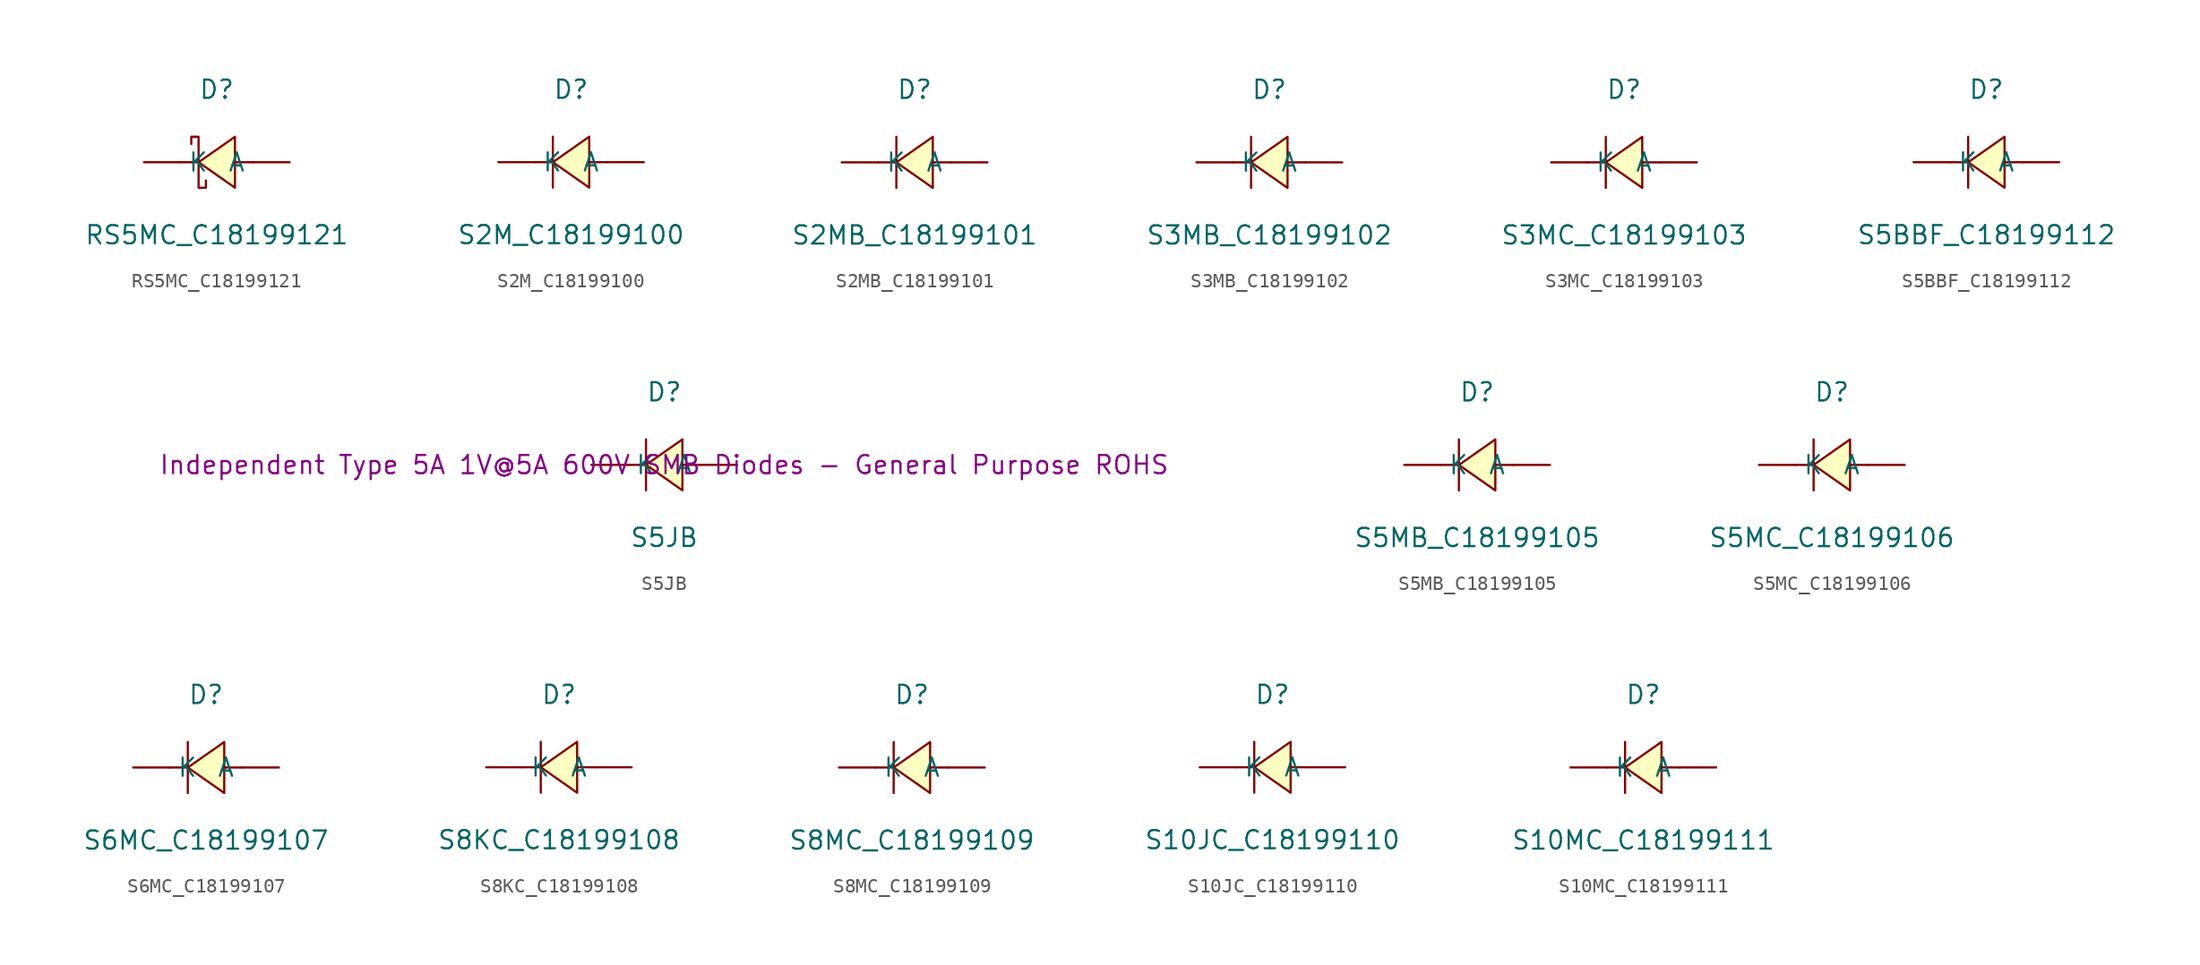
<source format=kicad_sym>
(kicad_symbol_lib
  (version 20241209)
  (generator "kicad_symbol_editor")
  (generator_version "9.0")
  (symbol "RS5MC_C18199121"
    (pin_numbers
      (hide yes))
    (property "Reference" "D"
      (at 0 5.08 0)
      (effects (font (size 1.27 1.27))))
    (property "Value" "RS5MC_C18199121"
      (at 0 -5.08 0)
      (effects (font (size 1.27 1.27))))
    (symbol "RS5MC_C18199121_0_1"
      (polyline (pts (xy -1.78 1.27) (xy -1.78 1.78) (xy -1.27 1.78) (xy -1.27 -1.78) (xy -0.76 -1.78) (xy -0.76 -1.27)) (stroke (width 0) (type default)) (fill (type none)))
      (polyline (pts (xy -1.27 0) (xy -2.54 0)) (stroke (width 0) (type default)) (fill (type none)))
      (polyline (pts (xy 1.27 1.78) (xy -1.27 0) (xy 1.27 -1.78) (xy 1.27 1.78)) (stroke (width 0) (type default)) (fill (type background)))
      (polyline (pts (xy 2.54 0) (xy 1.27 0)) (stroke (width 0) (type default)) (fill (type none)))
      (pin unspecified line (at -5.08 0 0) (length 2.54) (name "K" (effects (font (size 1.27 1.27)))) (number "1" (effects (font (size 1.27 1.27)))))
      (pin unspecified line (at 5.08 0 180) (length 2.54) (name "A" (effects (font (size 1.27 1.27)))) (number "2" (effects (font (size 1.27 1.27)))))))
  (symbol "S2M_C18199100"
    (pin_numbers
      (hide yes))
    (property "Reference" "D"
      (at 0 5.08 0)
      (effects (font (size 1.27 1.27))))
    (property "Value" "S2M_C18199100"
      (at 0 -5.08 0)
      (effects (font (size 1.27 1.27))))
    (symbol "S2M_C18199100_0_1"
      (polyline (pts (xy -1.27 1.78) (xy -1.27 -1.78)) (stroke (width 0) (type default)) (fill (type none)))
      (polyline (pts (xy -1.27 0) (xy -2.54 0)) (stroke (width 0) (type default)) (fill (type none)))
      (polyline (pts (xy 1.27 1.78) (xy -1.27 0) (xy 1.27 -1.78) (xy 1.27 1.78)) (stroke (width 0) (type default)) (fill (type background)))
      (polyline (pts (xy 2.54 0) (xy 1.27 0)) (stroke (width 0) (type default)) (fill (type none)))
      (pin unspecified line (at -5.08 0 0) (length 2.54) (name "K" (effects (font (size 1.27 1.27)))) (number "1" (effects (font (size 1.27 1.27)))))
      (pin unspecified line (at 5.08 0 180) (length 2.54) (name "A" (effects (font (size 1.27 1.27)))) (number "2" (effects (font (size 1.27 1.27)))))))
  (symbol "S2MB_C18199101"
    (pin_numbers
      (hide yes))
    (property "Reference" "D"
      (at 0 5.08 0)
      (effects (font (size 1.27 1.27))))
    (property "Value" "S2MB_C18199101"
      (at 0 -5.08 0)
      (effects (font (size 1.27 1.27))))
    (symbol "S2MB_C18199101_0_1"
      (polyline (pts (xy -1.27 1.78) (xy -1.27 -1.78)) (stroke (width 0) (type default)) (fill (type none)))
      (polyline (pts (xy -1.27 0) (xy -2.54 0)) (stroke (width 0) (type default)) (fill (type none)))
      (polyline (pts (xy 1.27 1.78) (xy -1.27 0) (xy 1.27 -1.78) (xy 1.27 1.78)) (stroke (width 0) (type default)) (fill (type background)))
      (polyline (pts (xy 2.54 0) (xy 1.27 0)) (stroke (width 0) (type default)) (fill (type none)))
      (pin unspecified line (at -5.08 0 0) (length 2.54) (name "K" (effects (font (size 1.27 1.27)))) (number "1" (effects (font (size 1.27 1.27)))))
      (pin unspecified line (at 5.08 0 180) (length 2.54) (name "A" (effects (font (size 1.27 1.27)))) (number "2" (effects (font (size 1.27 1.27)))))))
  (symbol "S3MB_C18199102"
    (pin_numbers
      (hide yes))
    (property "Reference" "D"
      (at 0 5.08 0)
      (effects (font (size 1.27 1.27))))
    (property "Value" "S3MB_C18199102"
      (at 0 -5.08 0)
      (effects (font (size 1.27 1.27))))
    (symbol "S3MB_C18199102_0_1"
      (polyline (pts (xy -1.27 1.78) (xy -1.27 -1.78)) (stroke (width 0) (type default)) (fill (type none)))
      (polyline (pts (xy -1.27 0) (xy -2.54 0)) (stroke (width 0) (type default)) (fill (type none)))
      (polyline (pts (xy 1.27 1.78) (xy -1.27 0) (xy 1.27 -1.78) (xy 1.27 1.78)) (stroke (width 0) (type default)) (fill (type background)))
      (polyline (pts (xy 2.54 0) (xy 1.27 0)) (stroke (width 0) (type default)) (fill (type none)))
      (pin unspecified line (at -5.08 0 0) (length 2.54) (name "K" (effects (font (size 1.27 1.27)))) (number "1" (effects (font (size 1.27 1.27)))))
      (pin unspecified line (at 5.08 0 180) (length 2.54) (name "A" (effects (font (size 1.27 1.27)))) (number "2" (effects (font (size 1.27 1.27)))))))
  (symbol "S3MC_C18199103"
    (pin_numbers
      (hide yes))
    (property "Reference" "D"
      (at 0 5.08 0)
      (effects (font (size 1.27 1.27))))
    (property "Value" "S3MC_C18199103"
      (at 0 -5.08 0)
      (effects (font (size 1.27 1.27))))
    (symbol "S3MC_C18199103_0_1"
      (polyline (pts (xy -1.27 1.78) (xy -1.27 -1.78)) (stroke (width 0) (type default)) (fill (type none)))
      (polyline (pts (xy -1.27 0) (xy -2.54 0)) (stroke (width 0) (type default)) (fill (type none)))
      (polyline (pts (xy 1.27 1.78) (xy -1.27 0) (xy 1.27 -1.78) (xy 1.27 1.78)) (stroke (width 0) (type default)) (fill (type background)))
      (polyline (pts (xy 2.54 0) (xy 1.27 0)) (stroke (width 0) (type default)) (fill (type none)))
      (pin unspecified line (at -5.08 0 0) (length 2.54) (name "K" (effects (font (size 1.27 1.27)))) (number "1" (effects (font (size 1.27 1.27)))))
      (pin unspecified line (at 5.08 0 180) (length 2.54) (name "A" (effects (font (size 1.27 1.27)))) (number "2" (effects (font (size 1.27 1.27)))))))
  (symbol "S5BBF_C18199112"
    (pin_numbers
      (hide yes))
    (property "Reference" "D"
      (at 0 5.08 0)
      (effects (font (size 1.27 1.27))))
    (property "Value" "S5BBF_C18199112"
      (at 0 -5.08 0)
      (effects (font (size 1.27 1.27))))
    (symbol "S5BBF_C18199112_0_1"
      (polyline (pts (xy -1.27 1.78) (xy -1.27 -1.78)) (stroke (width 0) (type default)) (fill (type none)))
      (polyline (pts (xy -1.27 0) (xy -2.54 0)) (stroke (width 0) (type default)) (fill (type none)))
      (polyline (pts (xy 1.27 1.78) (xy -1.27 0) (xy 1.27 -1.78) (xy 1.27 1.78)) (stroke (width 0) (type default)) (fill (type background)))
      (polyline (pts (xy 2.54 0) (xy 1.27 0)) (stroke (width 0) (type default)) (fill (type none)))
      (pin unspecified line (at -5.08 0 0) (length 2.54) (name "K" (effects (font (size 1.27 1.27)))) (number "1" (effects (font (size 1.27 1.27)))))
      (pin unspecified line (at 5.08 0 180) (length 2.54) (name "A" (effects (font (size 1.27 1.27)))) (number "2" (effects (font (size 1.27 1.27)))))))
  (symbol "S5JB"
    (pin_numbers
      (hide yes))
    (property "Reference" "D"
      (at 0 5.08 0)
      (effects (font (size 1.27 1.27))))
    (property "Value" "S5JB"
      (at 0 -5.08 0)
      (effects (font (size 1.27 1.27))))
    (property "Description" "Independent Type 5A 1V@5A 600V SMB Diodes - General Purpose ROHS"
      (at 0 0 0)
      (effects (font (size 1.27 1.27))))
    (symbol "S5JB_0_1"
      (polyline (pts (xy -1.27 1.78) (xy -1.27 -1.78)) (stroke (width 0) (type default)) (fill (type none)))
      (polyline (pts (xy -1.27 0) (xy -2.54 0)) (stroke (width 0) (type default)) (fill (type none)))
      (polyline (pts (xy 1.27 1.78) (xy -1.27 0) (xy 1.27 -1.78) (xy 1.27 1.78)) (stroke (width 0) (type default)) (fill (type background)))
      (polyline (pts (xy 2.54 0) (xy 1.27 0)) (stroke (width 0) (type default)) (fill (type none)))
      (pin unspecified line (at -5.08 0 0) (length 2.54) (name "K" (effects (font (size 1.27 1.27)))) (number "1" (effects (font (size 1.27 1.27)))))
      (pin unspecified line (at 5.08 0 180) (length 2.54) (name "A" (effects (font (size 1.27 1.27)))) (number "2" (effects (font (size 1.27 1.27)))))))
  (symbol "S5MB_C18199105"
    (pin_numbers
      (hide yes))
    (property "Reference" "D"
      (at 0 5.08 0)
      (effects (font (size 1.27 1.27))))
    (property "Value" "S5MB_C18199105"
      (at 0 -5.08 0)
      (effects (font (size 1.27 1.27))))
    (symbol "S5MB_C18199105_0_1"
      (polyline (pts (xy -1.27 1.78) (xy -1.27 -1.78)) (stroke (width 0) (type default)) (fill (type none)))
      (polyline (pts (xy -1.27 0) (xy -2.54 0)) (stroke (width 0) (type default)) (fill (type none)))
      (polyline (pts (xy 1.27 1.78) (xy -1.27 0) (xy 1.27 -1.78) (xy 1.27 1.78)) (stroke (width 0) (type default)) (fill (type background)))
      (polyline (pts (xy 2.54 0) (xy 1.27 0)) (stroke (width 0) (type default)) (fill (type none)))
      (pin unspecified line (at -5.08 0 0) (length 2.54) (name "K" (effects (font (size 1.27 1.27)))) (number "1" (effects (font (size 1.27 1.27)))))
      (pin unspecified line (at 5.08 0 180) (length 2.54) (name "A" (effects (font (size 1.27 1.27)))) (number "2" (effects (font (size 1.27 1.27)))))))
  (symbol "S5MC_C18199106"
    (pin_numbers
      (hide yes))
    (property "Reference" "D"
      (at 0 5.08 0)
      (effects (font (size 1.27 1.27))))
    (property "Value" "S5MC_C18199106"
      (at 0 -5.08 0)
      (effects (font (size 1.27 1.27))))
    (symbol "S5MC_C18199106_0_1"
      (polyline (pts (xy -1.27 1.78) (xy -1.27 -1.78)) (stroke (width 0) (type default)) (fill (type none)))
      (polyline (pts (xy -1.27 0) (xy -2.54 0)) (stroke (width 0) (type default)) (fill (type none)))
      (polyline (pts (xy 1.27 1.78) (xy -1.27 0) (xy 1.27 -1.78) (xy 1.27 1.78)) (stroke (width 0) (type default)) (fill (type background)))
      (polyline (pts (xy 2.54 0) (xy 1.27 0)) (stroke (width 0) (type default)) (fill (type none)))
      (pin unspecified line (at -5.08 0 0) (length 2.54) (name "K" (effects (font (size 1.27 1.27)))) (number "1" (effects (font (size 1.27 1.27)))))
      (pin unspecified line (at 5.08 0 180) (length 2.54) (name "A" (effects (font (size 1.27 1.27)))) (number "2" (effects (font (size 1.27 1.27)))))))
  (symbol "S6MC_C18199107"
    (pin_numbers
      (hide yes))
    (property "Reference" "D"
      (at 0 5.08 0)
      (effects (font (size 1.27 1.27))))
    (property "Value" "S6MC_C18199107"
      (at 0 -5.08 0)
      (effects (font (size 1.27 1.27))))
    (symbol "S6MC_C18199107_0_1"
      (polyline (pts (xy -1.27 1.78) (xy -1.27 -1.78)) (stroke (width 0) (type default)) (fill (type none)))
      (polyline (pts (xy -1.27 0) (xy -2.54 0)) (stroke (width 0) (type default)) (fill (type none)))
      (polyline (pts (xy 1.27 1.78) (xy -1.27 0) (xy 1.27 -1.78) (xy 1.27 1.78)) (stroke (width 0) (type default)) (fill (type background)))
      (polyline (pts (xy 2.54 0) (xy 1.27 0)) (stroke (width 0) (type default)) (fill (type none)))
      (pin unspecified line (at -5.08 0 0) (length 2.54) (name "K" (effects (font (size 1.27 1.27)))) (number "1" (effects (font (size 1.27 1.27)))))
      (pin unspecified line (at 5.08 0 180) (length 2.54) (name "A" (effects (font (size 1.27 1.27)))) (number "2" (effects (font (size 1.27 1.27)))))))
  (symbol "S8KC_C18199108"
    (pin_numbers
      (hide yes))
    (property "Reference" "D"
      (at 0 5.08 0)
      (effects (font (size 1.27 1.27))))
    (property "Value" "S8KC_C18199108"
      (at 0 -5.08 0)
      (effects (font (size 1.27 1.27))))
    (symbol "S8KC_C18199108_0_1"
      (polyline (pts (xy -1.27 1.78) (xy -1.27 -1.78)) (stroke (width 0) (type default)) (fill (type none)))
      (polyline (pts (xy -1.27 0) (xy -2.54 0)) (stroke (width 0) (type default)) (fill (type none)))
      (polyline (pts (xy 1.27 1.78) (xy -1.27 0) (xy 1.27 -1.78) (xy 1.27 1.78)) (stroke (width 0) (type default)) (fill (type background)))
      (polyline (pts (xy 2.54 0) (xy 1.27 0)) (stroke (width 0) (type default)) (fill (type none)))
      (pin unspecified line (at -5.08 0 0) (length 2.54) (name "K" (effects (font (size 1.27 1.27)))) (number "1" (effects (font (size 1.27 1.27)))))
      (pin unspecified line (at 5.08 0 180) (length 2.54) (name "A" (effects (font (size 1.27 1.27)))) (number "2" (effects (font (size 1.27 1.27)))))))
  (symbol "S8MC_C18199109"
    (pin_numbers
      (hide yes))
    (property "Reference" "D"
      (at 0 5.08 0)
      (effects (font (size 1.27 1.27))))
    (property "Value" "S8MC_C18199109"
      (at 0 -5.08 0)
      (effects (font (size 1.27 1.27))))
    (symbol "S8MC_C18199109_0_1"
      (polyline (pts (xy -1.27 1.78) (xy -1.27 -1.78)) (stroke (width 0) (type default)) (fill (type none)))
      (polyline (pts (xy -1.27 0) (xy -2.54 0)) (stroke (width 0) (type default)) (fill (type none)))
      (polyline (pts (xy 1.27 1.78) (xy -1.27 0) (xy 1.27 -1.78) (xy 1.27 1.78)) (stroke (width 0) (type default)) (fill (type background)))
      (polyline (pts (xy 2.54 0) (xy 1.27 0)) (stroke (width 0) (type default)) (fill (type none)))
      (pin unspecified line (at -5.08 0 0) (length 2.54) (name "K" (effects (font (size 1.27 1.27)))) (number "1" (effects (font (size 1.27 1.27)))))
      (pin unspecified line (at 5.08 0 180) (length 2.54) (name "A" (effects (font (size 1.27 1.27)))) (number "2" (effects (font (size 1.27 1.27)))))))
  (symbol "S10JC_C18199110"
    (pin_numbers
      (hide yes))
    (property "Reference" "D"
      (at 0 5.08 0)
      (effects (font (size 1.27 1.27))))
    (property "Value" "S10JC_C18199110"
      (at 0 -5.08 0)
      (effects (font (size 1.27 1.27))))
    (symbol "S10JC_C18199110_0_1"
      (polyline (pts (xy -1.27 1.78) (xy -1.27 -1.78)) (stroke (width 0) (type default)) (fill (type none)))
      (polyline (pts (xy -1.27 0) (xy -2.54 0)) (stroke (width 0) (type default)) (fill (type none)))
      (polyline (pts (xy 1.27 1.78) (xy -1.27 0) (xy 1.27 -1.78) (xy 1.27 1.78)) (stroke (width 0) (type default)) (fill (type background)))
      (polyline (pts (xy 2.54 0) (xy 1.27 0)) (stroke (width 0) (type default)) (fill (type none)))
      (pin unspecified line (at -5.08 0 0) (length 2.54) (name "K" (effects (font (size 1.27 1.27)))) (number "1" (effects (font (size 1.27 1.27)))))
      (pin unspecified line (at 5.08 0 180) (length 2.54) (name "A" (effects (font (size 1.27 1.27)))) (number "2" (effects (font (size 1.27 1.27)))))))
  (symbol "S10MC_C18199111"
    (pin_numbers
      (hide yes))
    (property "Reference" "D"
      (at 0 5.08 0)
      (effects (font (size 1.27 1.27))))
    (property "Value" "S10MC_C18199111"
      (at 0 -5.08 0)
      (effects (font (size 1.27 1.27))))
    (symbol "S10MC_C18199111_0_1"
      (polyline (pts (xy -1.27 1.78) (xy -1.27 -1.78)) (stroke (width 0) (type default)) (fill (type none)))
      (polyline (pts (xy -1.27 0) (xy -2.54 0)) (stroke (width 0) (type default)) (fill (type none)))
      (polyline (pts (xy 1.27 1.78) (xy -1.27 0) (xy 1.27 -1.78) (xy 1.27 1.78)) (stroke (width 0) (type default)) (fill (type background)))
      (polyline (pts (xy 2.54 0) (xy 1.27 0)) (stroke (width 0) (type default)) (fill (type none)))
      (pin unspecified line (at -5.08 0 0) (length 2.54) (name "K" (effects (font (size 1.27 1.27)))) (number "1" (effects (font (size 1.27 1.27)))))
      (pin unspecified line (at 5.08 0 180) (length 2.54) (name "A" (effects (font (size 1.27 1.27)))) (number "2" (effects (font (size 1.27 1.27))))))))
</source>
